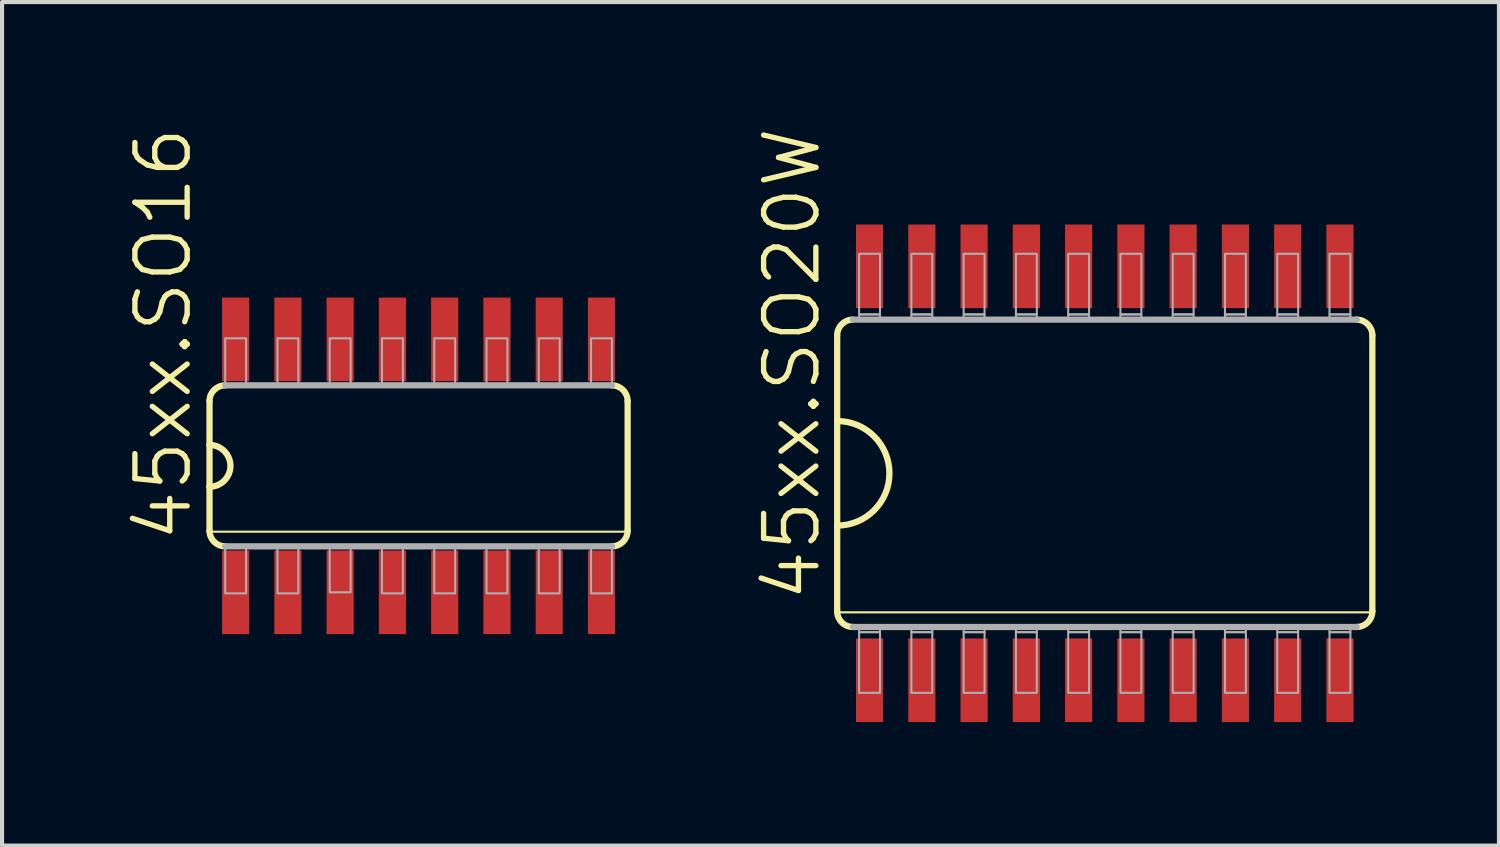
<source format=kicad_pcb>
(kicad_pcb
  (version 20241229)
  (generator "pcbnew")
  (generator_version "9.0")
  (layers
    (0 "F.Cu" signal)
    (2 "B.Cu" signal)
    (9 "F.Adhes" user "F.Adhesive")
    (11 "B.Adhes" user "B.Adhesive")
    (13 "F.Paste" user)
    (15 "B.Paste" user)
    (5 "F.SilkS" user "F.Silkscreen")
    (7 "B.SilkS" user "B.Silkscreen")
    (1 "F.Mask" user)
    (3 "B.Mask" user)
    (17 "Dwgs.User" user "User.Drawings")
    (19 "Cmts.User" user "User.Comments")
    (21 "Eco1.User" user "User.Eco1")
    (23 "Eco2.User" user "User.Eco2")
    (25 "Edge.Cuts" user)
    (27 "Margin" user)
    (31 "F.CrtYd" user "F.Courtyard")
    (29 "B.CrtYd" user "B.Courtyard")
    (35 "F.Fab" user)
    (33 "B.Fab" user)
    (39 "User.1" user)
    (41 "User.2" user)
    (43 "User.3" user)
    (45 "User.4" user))
  (footprint "45xx.SO20W"
    (layer "F.Cu")
    (at 23.795 8.451)
    (property "Reference" "45xx.SO20W" (at -6.858 3.175 90) (layer "F.SilkS") (effects (font (size 1.27 1.27) (thickness 0.13)) (justify left bottom)))
    (attr smd)
    (fp_line (start -6.502 -3.353) (end -6.502 -1.27) (stroke (width 0.152) (type default)) (layer "F.SilkS"))
    (fp_line (start -6.502 -1.27) (end -6.502 1.27) (stroke (width 0.152) (type default)) (layer "F.SilkS"))
    (fp_line (start -6.502 1.27) (end -6.502 3.353) (stroke (width 0.152) (type default)) (layer "F.SilkS"))
    (fp_line (start -6.477 3.378) (end 6.477 3.378) (stroke (width 0.051) (type default)) (layer "F.SilkS"))
    (fp_line (start 6.502 3.353) (end 6.502 -3.353) (stroke (width 0.152) (type default)) (layer "F.SilkS"))
    (fp_arc (start -6.5024 -3.3528) (mid -6.390808 -3.622208) (end -6.1214 -3.7338) (stroke (width 0.1524) (type default)) (layer "F.SilkS"))
    (fp_arc (start -6.5024 -1.27) (mid -5.2324 0) (end -6.5024 1.27) (stroke (width 0.1524) (type default)) (layer "F.SilkS"))
    (fp_arc (start -6.1214 3.7338) (mid -6.390808 3.622208) (end -6.5024 3.3528) (stroke (width 0.1524) (type default)) (layer "F.SilkS"))
    (fp_arc (start 6.1214 -3.7338) (mid 6.390808 -3.622208) (end 6.5024 -3.3528) (stroke (width 0.1524) (type default)) (layer "F.SilkS"))
    (fp_arc (start 6.5024 3.3528) (mid 6.390808 3.622208) (end 6.1214 3.7338) (stroke (width 0.1524) (type default)) (layer "F.SilkS"))
    (fp_line (start -6.121 3.734) (end 6.121 3.734) (stroke (width 0.152) (type default)) (layer "F.Fab"))
    (fp_line (start 6.121 -3.734) (end -6.121 -3.734) (stroke (width 0.152) (type default)) (layer "F.Fab"))
    (fp_rect (start -5.969 -3.861) (end -5.461 -5.334) (stroke (width 0.05) (type default)) (fill no) (layer "F.Fab"))
    (fp_rect (start -5.969 -3.734) (end -5.461 -3.861) (stroke (width 0.05) (type default)) (fill no) (layer "F.Fab"))
    (fp_rect (start -5.969 3.861) (end -5.461 3.734) (stroke (width 0.05) (type default)) (fill no) (layer "F.Fab"))
    (fp_rect (start -5.969 5.334) (end -5.461 3.861) (stroke (width 0.05) (type default)) (fill no) (layer "F.Fab"))
    (fp_rect (start -4.699 -3.861) (end -4.191 -5.334) (stroke (width 0.05) (type default)) (fill no) (layer "F.Fab"))
    (fp_rect (start -4.699 -3.734) (end -4.191 -3.861) (stroke (width 0.05) (type default)) (fill no) (layer "F.Fab"))
    (fp_rect (start -4.699 3.861) (end -4.191 3.734) (stroke (width 0.05) (type default)) (fill no) (layer "F.Fab"))
    (fp_rect (start -4.699 5.334) (end -4.191 3.861) (stroke (width 0.05) (type default)) (fill no) (layer "F.Fab"))
    (fp_rect (start -3.429 -3.861) (end -2.921 -5.334) (stroke (width 0.05) (type default)) (fill no) (layer "F.Fab"))
    (fp_rect (start -3.429 -3.734) (end -2.921 -3.861) (stroke (width 0.05) (type default)) (fill no) (layer "F.Fab"))
    (fp_rect (start -3.429 3.861) (end -2.921 3.734) (stroke (width 0.05) (type default)) (fill no) (layer "F.Fab"))
    (fp_rect (start -3.429 5.334) (end -2.921 3.861) (stroke (width 0.05) (type default)) (fill no) (layer "F.Fab"))
    (fp_rect (start -2.159 -3.861) (end -1.651 -5.334) (stroke (width 0.05) (type default)) (fill no) (layer "F.Fab"))
    (fp_rect (start -2.159 -3.734) (end -1.651 -3.861) (stroke (width 0.05) (type default)) (fill no) (layer "F.Fab"))
    (fp_rect (start -2.159 3.861) (end -1.651 3.734) (stroke (width 0.05) (type default)) (fill no) (layer "F.Fab"))
    (fp_rect (start -2.159 5.334) (end -1.651 3.861) (stroke (width 0.05) (type default)) (fill no) (layer "F.Fab"))
    (fp_rect (start -0.889 -3.861) (end -0.381 -5.334) (stroke (width 0.05) (type default)) (fill no) (layer "F.Fab"))
    (fp_rect (start -0.889 -3.734) (end -0.381 -3.861) (stroke (width 0.05) (type default)) (fill no) (layer "F.Fab"))
    (fp_rect (start -0.889 3.861) (end -0.381 3.734) (stroke (width 0.05) (type default)) (fill no) (layer "F.Fab"))
    (fp_rect (start -0.889 5.334) (end -0.381 3.861) (stroke (width 0.05) (type default)) (fill no) (layer "F.Fab"))
    (fp_rect (start 0.381 -3.861) (end 0.889 -5.334) (stroke (width 0.05) (type default)) (fill no) (layer "F.Fab"))
    (fp_rect (start 0.381 -3.734) (end 0.889 -3.861) (stroke (width 0.05) (type default)) (fill no) (layer "F.Fab"))
    (fp_rect (start 0.381 3.861) (end 0.889 3.734) (stroke (width 0.05) (type default)) (fill no) (layer "F.Fab"))
    (fp_rect (start 0.381 5.334) (end 0.889 3.861) (stroke (width 0.05) (type default)) (fill no) (layer "F.Fab"))
    (fp_rect (start 1.651 -3.861) (end 2.159 -5.334) (stroke (width 0.05) (type default)) (fill no) (layer "F.Fab"))
    (fp_rect (start 1.651 -3.734) (end 2.159 -3.861) (stroke (width 0.05) (type default)) (fill no) (layer "F.Fab"))
    (fp_rect (start 1.651 3.861) (end 2.159 3.734) (stroke (width 0.05) (type default)) (fill no) (layer "F.Fab"))
    (fp_rect (start 1.651 5.334) (end 2.159 3.861) (stroke (width 0.05) (type default)) (fill no) (layer "F.Fab"))
    (fp_rect (start 2.921 -3.861) (end 3.429 -5.334) (stroke (width 0.05) (type default)) (fill no) (layer "F.Fab"))
    (fp_rect (start 2.921 -3.734) (end 3.429 -3.861) (stroke (width 0.05) (type default)) (fill no) (layer "F.Fab"))
    (fp_rect (start 2.921 3.861) (end 3.429 3.734) (stroke (width 0.05) (type default)) (fill no) (layer "F.Fab"))
    (fp_rect (start 2.921 5.334) (end 3.429 3.861) (stroke (width 0.05) (type default)) (fill no) (layer "F.Fab"))
    (fp_rect (start 4.191 -3.861) (end 4.699 -5.334) (stroke (width 0.05) (type default)) (fill no) (layer "F.Fab"))
    (fp_rect (start 4.191 -3.734) (end 4.699 -3.861) (stroke (width 0.05) (type default)) (fill no) (layer "F.Fab"))
    (fp_rect (start 4.191 3.861) (end 4.699 3.734) (stroke (width 0.05) (type default)) (fill no) (layer "F.Fab"))
    (fp_rect (start 4.191 5.334) (end 4.699 3.861) (stroke (width 0.05) (type default)) (fill no) (layer "F.Fab"))
    (fp_rect (start 5.461 -3.861) (end 5.969 -5.334) (stroke (width 0.05) (type default)) (fill no) (layer "F.Fab"))
    (fp_rect (start 5.461 -3.734) (end 5.969 -3.861) (stroke (width 0.05) (type default)) (fill no) (layer "F.Fab"))
    (fp_rect (start 5.461 3.861) (end 5.969 3.734) (stroke (width 0.05) (type default)) (fill no) (layer "F.Fab"))
    (fp_rect (start 5.461 5.334) (end 5.969 3.861) (stroke (width 0.05) (type default)) (fill no) (layer "F.Fab"))
    (pad "1" smd roundrect (at -5.715 5.029) (size 0.66 2.032) (layers "F.Cu" "F.Mask" "F.Paste") (roundrect_rratio 0.01))
    (pad "2" smd roundrect (at -4.445 5.029) (size 0.66 2.032) (layers "F.Cu" "F.Mask" "F.Paste") (roundrect_rratio 0.01))
    (pad "3" smd roundrect (at -3.175 5.029) (size 0.66 2.032) (layers "F.Cu" "F.Mask" "F.Paste") (roundrect_rratio 0.01))
    (pad "4" smd roundrect (at -1.905 5.029) (size 0.66 2.032) (layers "F.Cu" "F.Mask" "F.Paste") (roundrect_rratio 0.01))
    (pad "5" smd roundrect (at -0.635 5.029) (size 0.66 2.032) (layers "F.Cu" "F.Mask" "F.Paste") (roundrect_rratio 0.01))
    (pad "6" smd roundrect (at 0.635 5.029) (size 0.66 2.032) (layers "F.Cu" "F.Mask" "F.Paste") (roundrect_rratio 0.01))
    (pad "7" smd roundrect (at 1.905 5.029) (size 0.66 2.032) (layers "F.Cu" "F.Mask" "F.Paste") (roundrect_rratio 0.01))
    (pad "8" smd roundrect (at 3.175 5.029) (size 0.66 2.032) (layers "F.Cu" "F.Mask" "F.Paste") (roundrect_rratio 0.01))
    (pad "9" smd roundrect (at 4.445 5.029) (size 0.66 2.032) (layers "F.Cu" "F.Mask" "F.Paste") (roundrect_rratio 0.01))
    (pad "10" smd roundrect (at 5.715 5.029) (size 0.66 2.032) (layers "F.Cu" "F.Mask" "F.Paste") (roundrect_rratio 0.01))
    (pad "11" smd roundrect (at 5.715 -5.029) (size 0.66 2.032) (layers "F.Cu" "F.Mask" "F.Paste") (roundrect_rratio 0.01))
    (pad "12" smd roundrect (at 4.445 -5.029) (size 0.66 2.032) (layers "F.Cu" "F.Mask" "F.Paste") (roundrect_rratio 0.01))
    (pad "13" smd roundrect (at 3.175 -5.029) (size 0.66 2.032) (layers "F.Cu" "F.Mask" "F.Paste") (roundrect_rratio 0.01))
    (pad "14" smd roundrect (at 1.905 -5.029) (size 0.66 2.032) (layers "F.Cu" "F.Mask" "F.Paste") (roundrect_rratio 0.01))
    (pad "15" smd roundrect (at 0.635 -5.029) (size 0.66 2.032) (layers "F.Cu" "F.Mask" "F.Paste") (roundrect_rratio 0.01))
    (pad "16" smd roundrect (at -0.635 -5.029) (size 0.66 2.032) (layers "F.Cu" "F.Mask" "F.Paste") (roundrect_rratio 0.01))
    (pad "17" smd roundrect (at -1.905 -5.029) (size 0.66 2.032) (layers "F.Cu" "F.Mask" "F.Paste") (roundrect_rratio 0.01))
    (pad "18" smd roundrect (at -3.175 -5.029) (size 0.66 2.032) (layers "F.Cu" "F.Mask" "F.Paste") (roundrect_rratio 0.01))
    (pad "19" smd roundrect (at -4.445 -5.029) (size 0.66 2.032) (layers "F.Cu" "F.Mask" "F.Paste") (roundrect_rratio 0.01))
    (pad "20" smd roundrect (at -5.715 -5.029) (size 0.66 2.032) (layers "F.Cu" "F.Mask" "F.Paste") (roundrect_rratio 0.01)))
  (footprint "45xx.SO16"
    (layer "F.Cu")
    (at 7.121 8.27)
    (property "Reference" "45xx.SO16" (at -5.461 1.905 90) (layer "F.SilkS") (effects (font (size 1.27 1.27) (thickness 0.13)) (justify left bottom)))
    (attr smd)
    (fp_line (start -5.08 -1.575) (end -5.08 -0.508) (stroke (width 0.152) (type default)) (layer "F.SilkS"))
    (fp_line (start -5.08 -0.508) (end -5.08 0.508) (stroke (width 0.152) (type default)) (layer "F.SilkS"))
    (fp_line (start -5.08 0.508) (end -5.08 1.575) (stroke (width 0.152) (type default)) (layer "F.SilkS"))
    (fp_line (start -5.08 1.6) (end 5.08 1.6) (stroke (width 0.051) (type default)) (layer "F.SilkS"))
    (fp_line (start 5.08 1.575) (end 5.08 -1.575) (stroke (width 0.152) (type default)) (layer "F.SilkS"))
    (fp_arc (start -5.08 -1.5748) (mid -4.968408 -1.844208) (end -4.699 -1.9558) (stroke (width 0.1524) (type default)) (layer "F.SilkS"))
    (fp_arc (start -5.08 -0.508) (mid -4.572 0) (end -5.08 0.508) (stroke (width 0.1524) (type default)) (layer "F.SilkS"))
    (fp_arc (start -4.699 1.9558) (mid -4.968408 1.844208) (end -5.08 1.5748) (stroke (width 0.1524) (type default)) (layer "F.SilkS"))
    (fp_arc (start 4.699 -1.9558) (mid 4.968408 -1.844208) (end 5.08 -1.5748) (stroke (width 0.1524) (type default)) (layer "F.SilkS"))
    (fp_arc (start 5.08 1.5748) (mid 4.968408 1.844208) (end 4.699 1.9558) (stroke (width 0.1524) (type default)) (layer "F.SilkS"))
    (fp_line (start -4.699 1.956) (end 4.699 1.956) (stroke (width 0.152) (type default)) (layer "F.Fab"))
    (fp_line (start 4.699 -1.956) (end -4.699 -1.956) (stroke (width 0.152) (type default)) (layer "F.Fab"))
    (fp_rect (start -4.699 -1.956) (end -4.191 -3.099) (stroke (width 0.05) (type default)) (fill no) (layer "F.Fab"))
    (fp_rect (start -4.699 3.099) (end -4.191 1.956) (stroke (width 0.05) (type default)) (fill no) (layer "F.Fab"))
    (fp_rect (start -3.429 -1.956) (end -2.921 -3.099) (stroke (width 0.05) (type default)) (fill no) (layer "F.Fab"))
    (fp_rect (start -3.429 3.099) (end -2.921 1.956) (stroke (width 0.05) (type default)) (fill no) (layer "F.Fab"))
    (fp_rect (start -2.159 -1.956) (end -1.651 -3.099) (stroke (width 0.05) (type default)) (fill no) (layer "F.Fab"))
    (fp_rect (start -2.159 3.073) (end -1.651 1.93) (stroke (width 0.05) (type default)) (fill no) (layer "F.Fab"))
    (fp_rect (start -0.889 -1.956) (end -0.381 -3.099) (stroke (width 0.05) (type default)) (fill no) (layer "F.Fab"))
    (fp_rect (start -0.889 3.099) (end -0.381 1.956) (stroke (width 0.05) (type default)) (fill no) (layer "F.Fab"))
    (fp_rect (start 0.381 -1.956) (end 0.889 -3.099) (stroke (width 0.05) (type default)) (fill no) (layer "F.Fab"))
    (fp_rect (start 0.381 3.099) (end 0.889 1.956) (stroke (width 0.05) (type default)) (fill no) (layer "F.Fab"))
    (fp_rect (start 1.651 -1.956) (end 2.159 -3.099) (stroke (width 0.05) (type default)) (fill no) (layer "F.Fab"))
    (fp_rect (start 1.651 3.099) (end 2.159 1.956) (stroke (width 0.05) (type default)) (fill no) (layer "F.Fab"))
    (fp_rect (start 2.921 -1.956) (end 3.429 -3.099) (stroke (width 0.05) (type default)) (fill no) (layer "F.Fab"))
    (fp_rect (start 2.921 3.099) (end 3.429 1.956) (stroke (width 0.05) (type default)) (fill no) (layer "F.Fab"))
    (fp_rect (start 4.191 -1.956) (end 4.699 -3.099) (stroke (width 0.05) (type default)) (fill no) (layer "F.Fab"))
    (fp_rect (start 4.191 3.099) (end 4.699 1.956) (stroke (width 0.05) (type default)) (fill no) (layer "F.Fab"))
    (pad "1" smd roundrect (at -4.445 3.073) (size 0.66 2.032) (layers "F.Cu" "F.Mask" "F.Paste") (roundrect_rratio 0.01))
    (pad "2" smd roundrect (at -3.175 3.073) (size 0.66 2.032) (layers "F.Cu" "F.Mask" "F.Paste") (roundrect_rratio 0.01))
    (pad "3" smd roundrect (at -1.905 3.073) (size 0.66 2.032) (layers "F.Cu" "F.Mask" "F.Paste") (roundrect_rratio 0.01))
    (pad "4" smd roundrect (at -0.635 3.073) (size 0.66 2.032) (layers "F.Cu" "F.Mask" "F.Paste") (roundrect_rratio 0.01))
    (pad "5" smd roundrect (at 0.635 3.073) (size 0.66 2.032) (layers "F.Cu" "F.Mask" "F.Paste") (roundrect_rratio 0.01))
    (pad "6" smd roundrect (at 1.905 3.073) (size 0.66 2.032) (layers "F.Cu" "F.Mask" "F.Paste") (roundrect_rratio 0.01))
    (pad "7" smd roundrect (at 3.175 3.073) (size 0.66 2.032) (layers "F.Cu" "F.Mask" "F.Paste") (roundrect_rratio 0.01))
    (pad "8" smd roundrect (at 4.445 3.073) (size 0.66 2.032) (layers "F.Cu" "F.Mask" "F.Paste") (roundrect_rratio 0.01))
    (pad "9" smd roundrect (at 4.445 -3.073) (size 0.66 2.032) (layers "F.Cu" "F.Mask" "F.Paste") (roundrect_rratio 0.01))
    (pad "10" smd roundrect (at 3.175 -3.073) (size 0.66 2.032) (layers "F.Cu" "F.Mask" "F.Paste") (roundrect_rratio 0.01))
    (pad "11" smd roundrect (at 1.905 -3.073) (size 0.66 2.032) (layers "F.Cu" "F.Mask" "F.Paste") (roundrect_rratio 0.01))
    (pad "12" smd roundrect (at 0.635 -3.073) (size 0.66 2.032) (layers "F.Cu" "F.Mask" "F.Paste") (roundrect_rratio 0.01))
    (pad "13" smd roundrect (at -0.635 -3.073) (size 0.66 2.032) (layers "F.Cu" "F.Mask" "F.Paste") (roundrect_rratio 0.01))
    (pad "14" smd roundrect (at -1.905 -3.073) (size 0.66 2.032) (layers "F.Cu" "F.Mask" "F.Paste") (roundrect_rratio 0.01))
    (pad "15" smd roundrect (at -3.175 -3.073) (size 0.66 2.032) (layers "F.Cu" "F.Mask" "F.Paste") (roundrect_rratio 0.01))
    (pad "16" smd roundrect (at -4.445 -3.073) (size 0.66 2.032) (layers "F.Cu" "F.Mask" "F.Paste") (roundrect_rratio 0.01)))
  (gr_rect
    (start -3 -3)
    (end 33.374 17.497)
    (stroke (width 0.1) (type default))
    (fill no)
    (layer "Edge.Cuts")))
</source>
